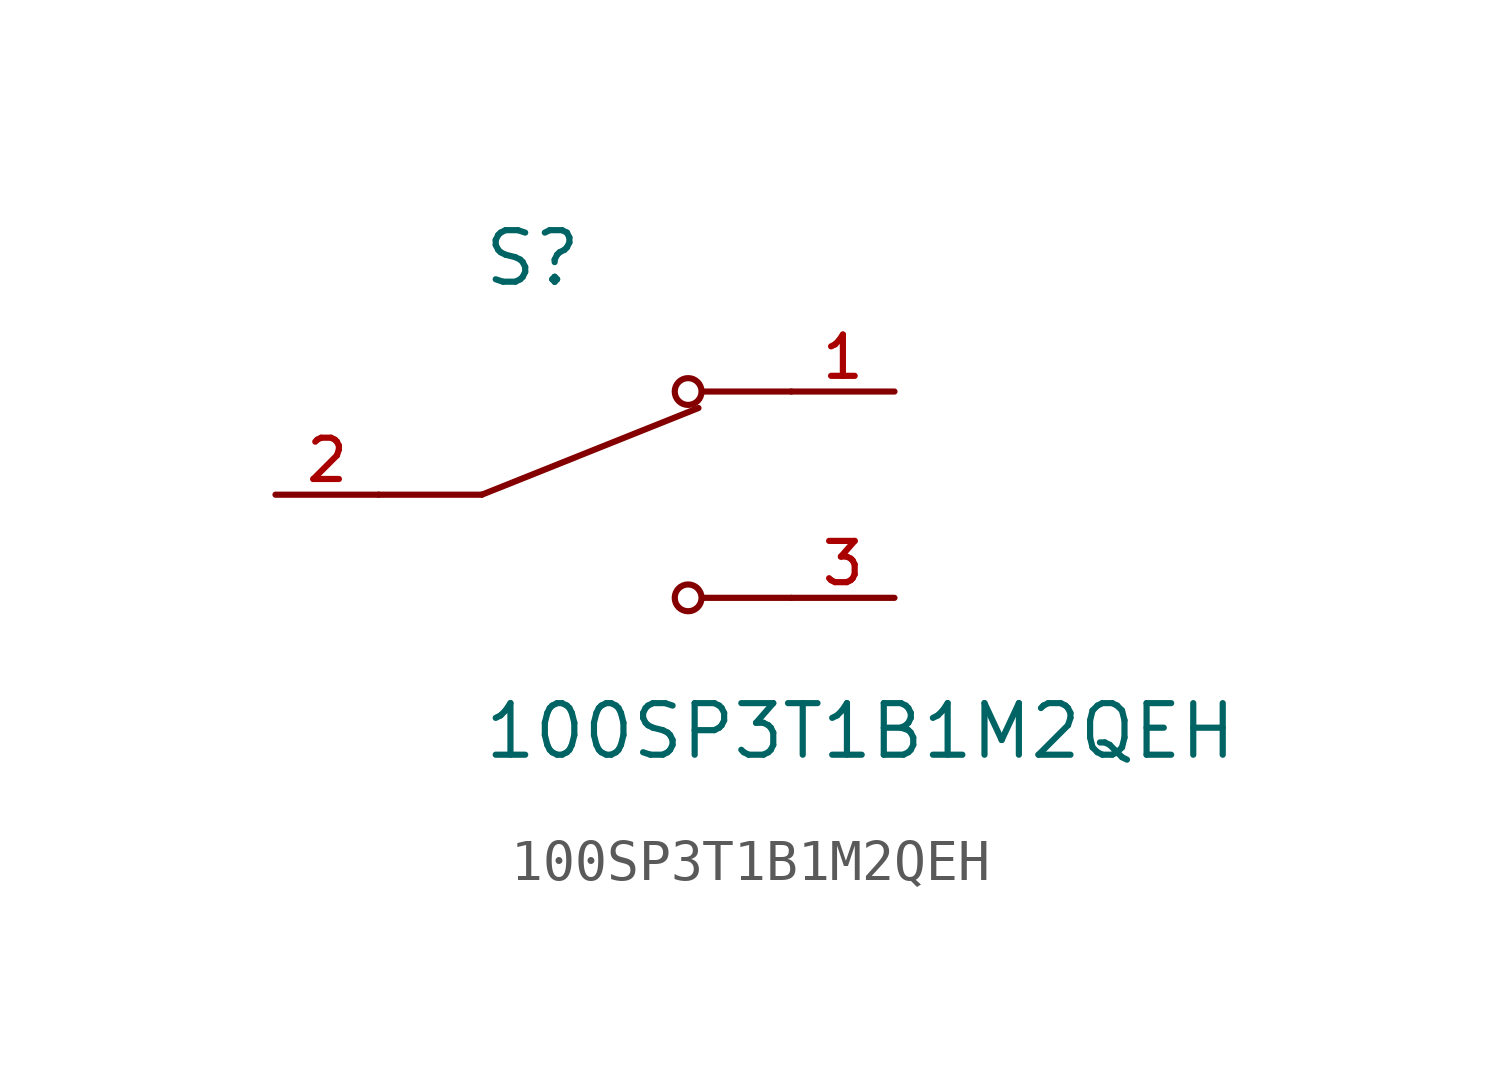
<source format=kicad_sym>
(kicad_symbol_lib
  (version 20211014)
  (generator kicad_symbol_editor)
  (symbol "100SP3T1B1M2QEH"
    (pin_names
      (offset 1.016))
    (property "Reference" "S"
      (at -2.54 5.08 0)
      (effects (font (size 1.27 1.27)) (justify bottom left)))
    (property "Value" "100SP3T1B1M2QEH"
      (at -2.54 -5.08 0)
      (effects (font (size 1.27 1.27)) (justify top left)))
    (symbol "100SP3T1B1M2QEH_0_0"
      (polyline (pts (xy -2.54 0.0) (xy 2.794 2.134)) (stroke (width 0.152)))
      (circle (center 2.54 2.54) (radius 0.33) (stroke (width 0.152)) (fill (type none)))
      (circle (center 2.54 -2.54) (radius 0.33) (stroke (width 0.152)) (fill (type none)))
      (polyline (pts (xy 5.08 -2.54) (xy 2.921 -2.54)) (stroke (width 0.152)))
      (polyline (pts (xy 5.08 2.54) (xy 2.921 2.54)) (stroke (width 0.152)))
      (polyline (pts (xy -2.54 0.0) (xy -5.08 0.0)) (stroke (width 0.152)))
      (pin passive line (at 7.62 2.54 180.0) (length 2.54) (name "~" (effects (font (size 1.016 1.016)))) (number "1" (effects (font (size 1.016 1.016)))))
      (pin passive line (at -7.62 0.0 0) (length 2.54) (name "~" (effects (font (size 1.016 1.016)))) (number "2" (effects (font (size 1.016 1.016)))))
      (pin passive line (at 7.62 -2.54 180.0) (length 2.54) (name "~" (effects (font (size 1.016 1.016)))) (number "3" (effects (font (size 1.016 1.016))))))))
</source>
